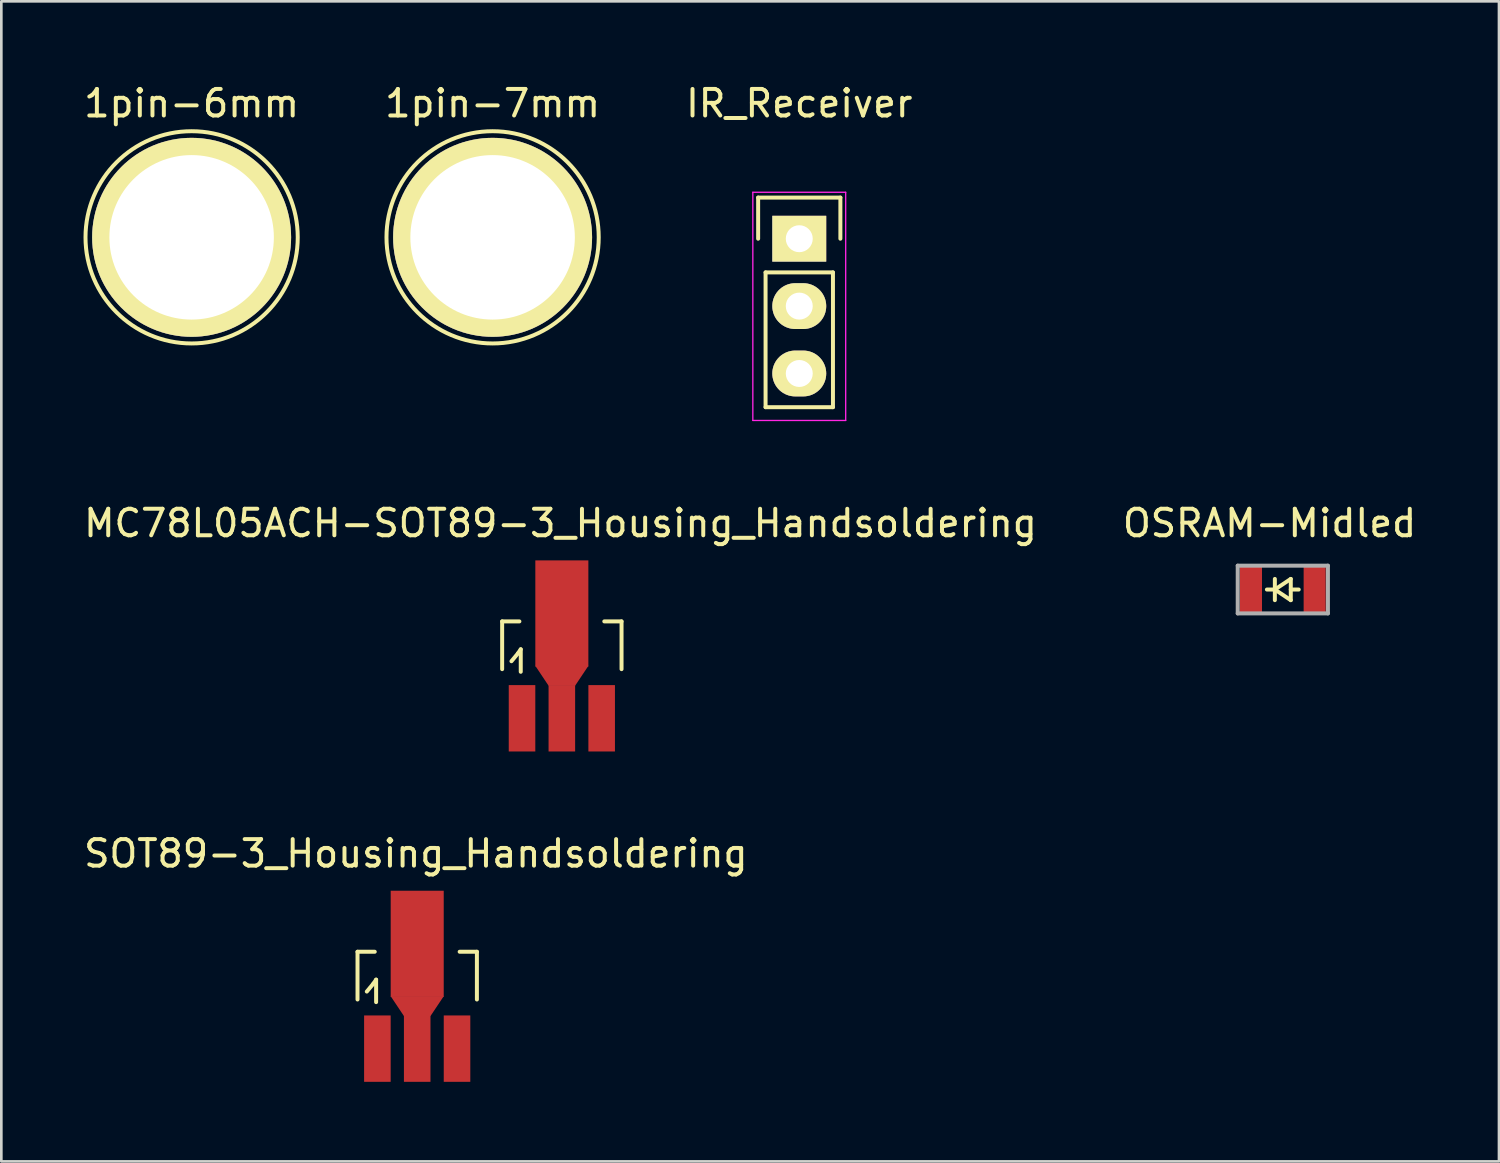
<source format=kicad_pcb>
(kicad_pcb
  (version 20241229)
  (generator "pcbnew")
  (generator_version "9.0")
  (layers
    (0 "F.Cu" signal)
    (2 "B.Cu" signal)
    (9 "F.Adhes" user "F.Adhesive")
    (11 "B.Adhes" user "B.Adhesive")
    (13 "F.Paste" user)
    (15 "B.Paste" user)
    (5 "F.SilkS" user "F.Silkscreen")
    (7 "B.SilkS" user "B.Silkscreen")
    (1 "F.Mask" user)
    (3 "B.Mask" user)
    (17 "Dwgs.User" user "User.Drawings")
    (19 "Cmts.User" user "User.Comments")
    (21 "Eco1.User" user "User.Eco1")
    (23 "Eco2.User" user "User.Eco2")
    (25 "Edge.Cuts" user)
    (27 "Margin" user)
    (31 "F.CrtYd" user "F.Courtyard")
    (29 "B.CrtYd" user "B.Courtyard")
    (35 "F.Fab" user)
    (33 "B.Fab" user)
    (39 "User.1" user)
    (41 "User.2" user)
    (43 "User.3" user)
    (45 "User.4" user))
  (footprint "MC78L05ACH-SOT89-3_Housing_Handsoldering"
    (layer "F.Cu")
    (at 18.128 21.673)
    (property "Reference" "MC78L05ACH-SOT89-3_Housing_Handsoldering" (at -0.051 -5.001 0) (layer "F.SilkS") (effects (font (size 1 1) (thickness 0.15))))
    (attr smd)
    (fp_line (start -2.25 -1.3) (end -2.25 0.5) (stroke (width 0.15) (type solid)) (layer "F.SilkS"))
    (fp_line (start -2.25 -1.3) (end -1.6 -1.3) (stroke (width 0.15) (type solid)) (layer "F.SilkS"))
    (fp_line (start -1.9 0.201) (end -1.651 -0.099) (stroke (width 0.15) (type solid)) (layer "F.SilkS"))
    (fp_line (start -1.651 -0.099) (end -1.549 -0.249) (stroke (width 0.15) (type solid)) (layer "F.SilkS"))
    (fp_line (start -1.549 -0.249) (end -1.549 0.599) (stroke (width 0.15) (type solid)) (layer "F.SilkS"))
    (fp_line (start 2.25 -1.3) (end 1.6 -1.3) (stroke (width 0.15) (type solid)) (layer "F.SilkS"))
    (fp_line (start 2.25 -1.3) (end 2.25 0.5) (stroke (width 0.15) (type solid)) (layer "F.SilkS"))
    (pad "1" smd rect (at 1.501 2.352) (size 1.001 2.502) (layers "F.Cu" "F.Mask" "F.Paste"))
    (pad "2" smd rect (at -1.501 2.352) (size 1.001 2.502) (layers "F.Cu" "F.Mask" "F.Paste"))
    (pad "3" smd rect (at 0 -1.6) (size 1.999 4) (layers "F.Cu" "F.Mask" "F.Paste"))
    (pad "3" smd trapezoid (at 0 0.749 180) (size 1.501 0.749) (rect_delta 0 0.5) (layers "F.Cu" "F.Mask" "F.Paste"))
    (pad "3" smd rect (at 0 2.352) (size 1.001 2.502) (layers "F.Cu" "F.Mask" "F.Paste")))
  (footprint "1pin-7mm"
    (layer "F.Cu")
    (at 15.518 5.896)
    (property "Reference" "1pin-7mm" (at 0 -5.048 0) (layer "F.SilkS") (effects (font (size 1 1) (thickness 0.15))))
    (attr through_hole)
    (fp_circle (center 0 0) (end 0 -4) (stroke (width 0.15) (type solid)) (fill no) (layer "F.SilkS"))
    (pad "1" thru_hole circle (at 0 0) (size 7.5 7.5) (drill 6.2) (layers "*.Cu" "*.Mask" "F.SilkS")))
  (footprint "IR_Receiver"
    (layer "F.Cu")
    (at 27.077 5.948)
    (property "Reference" "IR_Receiver" (at 0 -5.1 0) (layer "F.SilkS") (effects (font (size 1 1) (thickness 0.15))))
    (attr through_hole)
    (fp_line (start -1.55 -1.55) (end 1.55 -1.55) (stroke (width 0.15) (type solid)) (layer "F.SilkS"))
    (fp_line (start -1.55 0) (end -1.55 -1.55) (stroke (width 0.15) (type solid)) (layer "F.SilkS"))
    (fp_line (start -1.27 1.27) (end -1.27 6.35) (stroke (width 0.15) (type solid)) (layer "F.SilkS"))
    (fp_line (start -1.27 6.35) (end 1.27 6.35) (stroke (width 0.15) (type solid)) (layer "F.SilkS"))
    (fp_line (start 1.27 1.27) (end -1.27 1.27) (stroke (width 0.15) (type solid)) (layer "F.SilkS"))
    (fp_line (start 1.27 6.35) (end 1.27 1.27) (stroke (width 0.15) (type solid)) (layer "F.SilkS"))
    (fp_line (start 1.55 -1.55) (end 1.55 0) (stroke (width 0.15) (type solid)) (layer "F.SilkS"))
    (fp_line (start -1.75 -1.75) (end -1.75 6.85) (stroke (width 0.05) (type solid)) (layer "F.CrtYd"))
    (fp_line (start -1.75 -1.75) (end 1.75 -1.75) (stroke (width 0.05) (type solid)) (layer "F.CrtYd"))
    (fp_line (start -1.75 6.85) (end 1.75 6.85) (stroke (width 0.05) (type solid)) (layer "F.CrtYd"))
    (fp_line (start 1.75 -1.75) (end 1.75 6.85) (stroke (width 0.05) (type solid)) (layer "F.CrtYd"))
    (pad "1" thru_hole oval (at 0 2.54) (size 2.032 1.727) (drill 1.016) (layers "*.Cu" "*.Mask" "F.SilkS"))
    (pad "2" thru_hole rect (at 0 0) (size 2.032 1.727) (drill 1.016) (layers "*.Cu" "*.Mask" "F.SilkS"))
    (pad "3" thru_hole oval (at 0 5.08) (size 2.032 1.727) (drill 1.016) (layers "*.Cu" "*.Mask" "F.SilkS")))
  (footprint "SOT89-3_Housing_Handsoldering"
    (layer "F.Cu")
    (at 12.676 34.125)
    (property "Reference" "SOT89-3_Housing_Handsoldering" (at -0.051 -5.001 0) (layer "F.SilkS") (effects (font (size 1 1) (thickness 0.15))))
    (attr smd)
    (fp_line (start -2.25 -1.3) (end -2.25 0.5) (stroke (width 0.15) (type solid)) (layer "F.SilkS"))
    (fp_line (start -2.25 -1.3) (end -1.6 -1.3) (stroke (width 0.15) (type solid)) (layer "F.SilkS"))
    (fp_line (start -1.9 0.201) (end -1.651 -0.099) (stroke (width 0.15) (type solid)) (layer "F.SilkS"))
    (fp_line (start -1.651 -0.099) (end -1.549 -0.249) (stroke (width 0.15) (type solid)) (layer "F.SilkS"))
    (fp_line (start -1.549 -0.249) (end -1.549 0.599) (stroke (width 0.15) (type solid)) (layer "F.SilkS"))
    (fp_line (start 2.25 -1.3) (end 1.6 -1.3) (stroke (width 0.15) (type solid)) (layer "F.SilkS"))
    (fp_line (start 2.25 -1.3) (end 2.25 0.5) (stroke (width 0.15) (type solid)) (layer "F.SilkS"))
    (pad "1" smd rect (at -1.501 2.352) (size 1.001 2.502) (layers "F.Cu" "F.Mask" "F.Paste"))
    (pad "2" smd rect (at 0 -1.6) (size 1.999 4) (layers "F.Cu" "F.Mask" "F.Paste"))
    (pad "2" smd trapezoid (at 0 0.749 180) (size 1.501 0.749) (rect_delta 0 0.5) (layers "F.Cu" "F.Mask" "F.Paste"))
    (pad "2" smd rect (at 0 2.352) (size 1.001 2.502) (layers "F.Cu" "F.Mask" "F.Paste"))
    (pad "3" smd rect (at 1.501 2.352) (size 1.001 2.502) (layers "F.Cu" "F.Mask" "F.Paste")))
  (footprint "OSRAM-Midled"
    (layer "F.Cu")
    (at 44.804 16.172)
    (property "Reference" "OSRAM-Midled" (at 0 0.5 0) (layer "F.SilkS") (effects (font (size 1 1) (thickness 0.15))))
    (attr through_hole)
    (fp_line (start 0.2 2.6) (end 0.2 3.4) (stroke (width 0.15) (type solid)) (layer "F.SilkS"))
    (fp_line (start 0.2 3) (end -0.1 3) (stroke (width 0.15) (type solid)) (layer "F.SilkS"))
    (fp_line (start 0.2 3) (end 0.8 2.6) (stroke (width 0.15) (type solid)) (layer "F.SilkS"))
    (fp_line (start 0.8 2.6) (end 0.8 3.4) (stroke (width 0.15) (type solid)) (layer "F.SilkS"))
    (fp_line (start 0.8 3) (end 1.1 3) (stroke (width 0.15) (type solid)) (layer "F.SilkS"))
    (fp_line (start 0.8 3.4) (end 0.2 3) (stroke (width 0.15) (type solid)) (layer "F.SilkS"))
    (fp_line (start -1.2 2.1) (end -1.2 3.9) (stroke (width 0.15) (type solid)) (layer "F.Fab"))
    (fp_line (start -1.2 3.9) (end 2.2 3.9) (stroke (width 0.15) (type solid)) (layer "F.Fab"))
    (fp_line (start 2.2 2.1) (end -1.2 2.1) (stroke (width 0.15) (type solid)) (layer "F.Fab"))
    (fp_line (start 2.2 3.9) (end 2.2 2.1) (stroke (width 0.15) (type solid)) (layer "F.Fab"))
    (pad "1" smd rect (at -0.7 3) (size 0.83 1.8) (layers "F.Cu" "F.Mask" "F.Paste"))
    (pad "2" smd rect (at 1.7 3) (size 0.83 1.8) (layers "F.Cu" "F.Mask" "F.Paste")))
  (footprint "1pin-6mm"
    (layer "F.Cu")
    (at 4.173 5.896)
    (property "Reference" "1pin-6mm" (at 0 -5.048 0) (layer "F.SilkS") (effects (font (size 1 1) (thickness 0.15))))
    (attr through_hole)
    (fp_circle (center 0 0) (end 0 -4) (stroke (width 0.15) (type solid)) (fill no) (layer "F.SilkS"))
    (pad "1" thru_hole circle (at 0 0) (size 7.5 7.5) (drill 6.2) (layers "*.Cu" "*.Mask" "F.SilkS")))
  (gr_rect
    (start -3 -3)
    (end 53.452 40.728)
    (stroke (width 0.1) (type default))
    (fill no)
    (layer "Edge.Cuts")))
</source>
